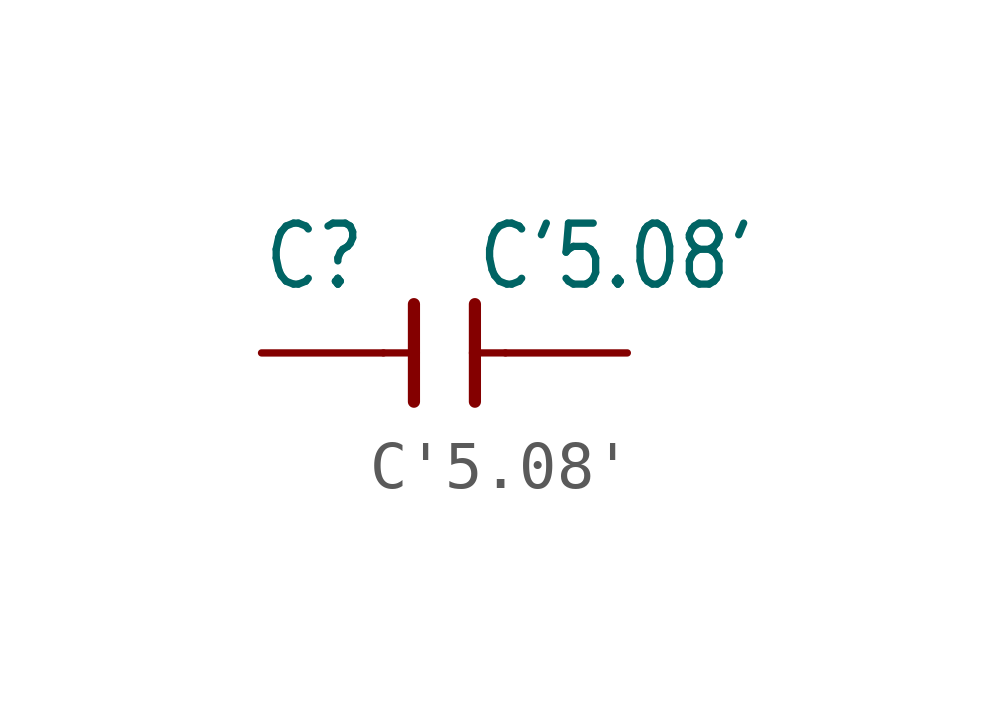
<source format=kicad_sym>
(kicad_symbol_lib
  (version 20211014)
  (generator kicad_symbol_editor)
  (symbol "C'5.08'"
    (property "Reference" "C"
      (at -3.81 1.27 0)
      (effects (font (size 1.27 1.079)) (justify left bottom)))
    (property "Value" "C'5.08'"
      (at 0.635 1.27 0)
      (effects (font (size 1.27 1.079)) (justify left bottom)))
    (property "ki_locked" ""
      (at 0 0 0)
      (effects (font (size 1.27 1.27))))
    (symbol "C'5.08'_1_0"
      (polyline (pts (xy -1.27 0) (xy -0.635 0)) (stroke (width 0.152) (type default) (color 0 0 0 0)) (fill (type none)))
      (polyline (pts (xy -0.635 -1.016) (xy -0.635 0)) (stroke (width 0.254) (type default) (color 0 0 0 0)) (fill (type none)))
      (polyline (pts (xy -0.635 0) (xy -0.635 1.016)) (stroke (width 0.254) (type default) (color 0 0 0 0)) (fill (type none)))
      (polyline (pts (xy 0.635 0) (xy 0.635 -1.016)) (stroke (width 0.254) (type default) (color 0 0 0 0)) (fill (type none)))
      (polyline (pts (xy 0.635 0) (xy 1.27 0)) (stroke (width 0.152) (type default) (color 0 0 0 0)) (fill (type none)))
      (polyline (pts (xy 0.635 1.016) (xy 0.635 0)) (stroke (width 0.254) (type default) (color 0 0 0 0)) (fill (type none)))
      (pin passive line (at -3.81 0 0) (length 2.54) (name "1" (effects (font (size 0 0)))) (number "1" (effects (font (size 0 0)))))
      (pin passive line (at 3.81 0 180) (length 2.54) (name "2" (effects (font (size 0 0)))) (number "2" (effects (font (size 0 0))))))))
</source>
